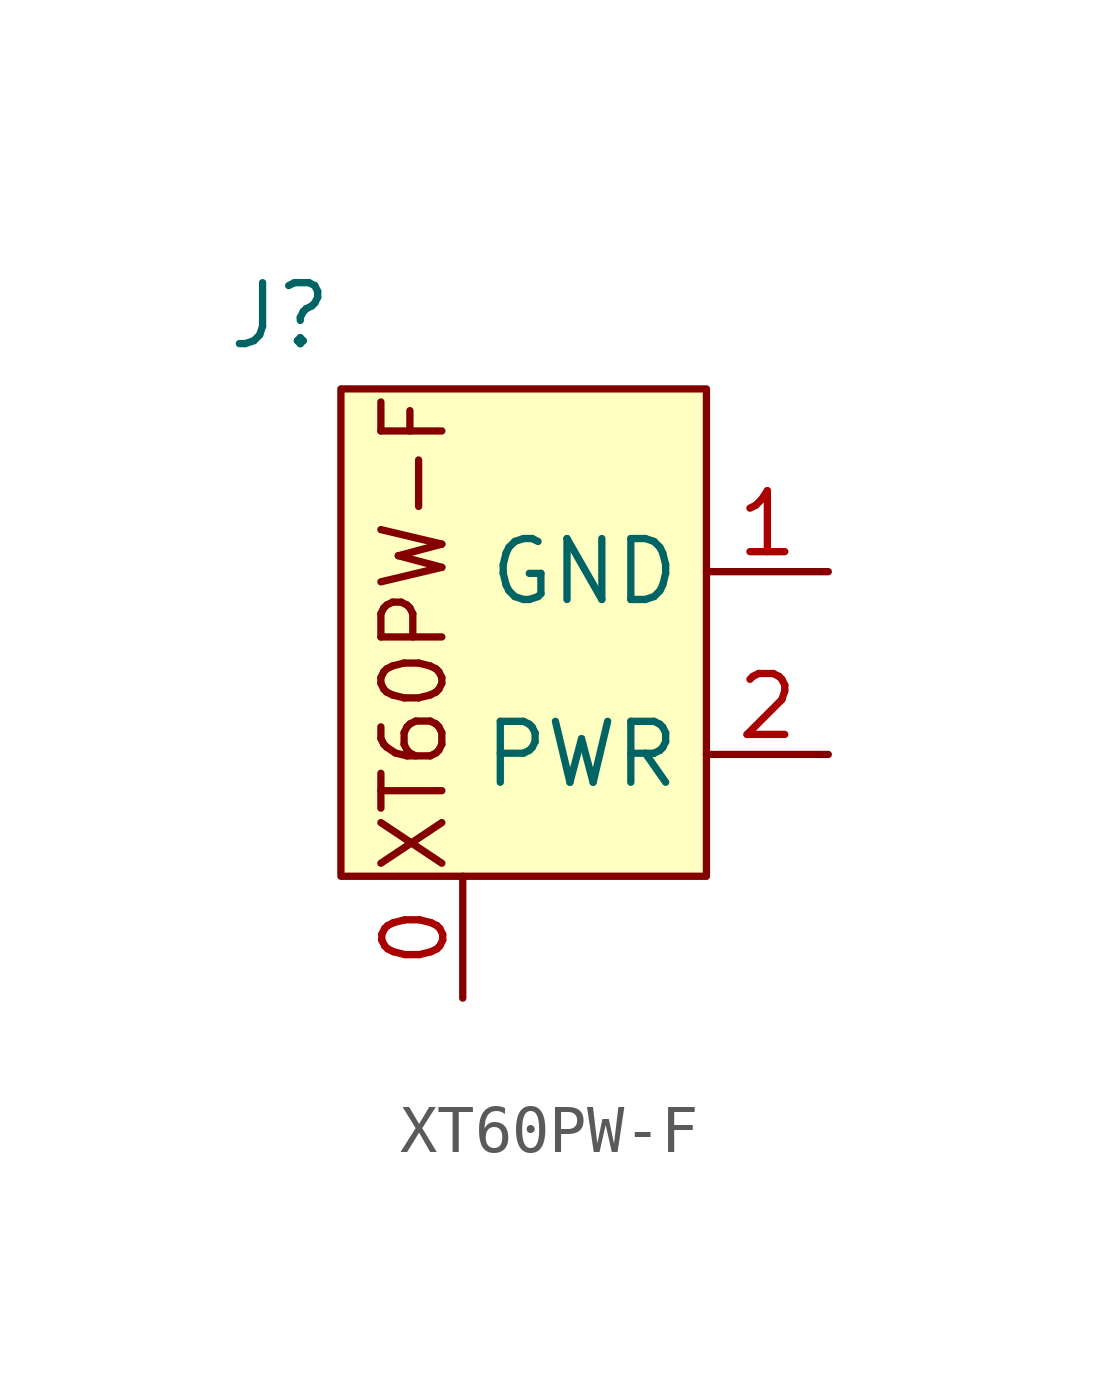
<source format=kicad_sym>
(kicad_symbol_lib
  (version 20231120)
  (generator "kicad_symbol_editor")
  (generator_version "8.0")
  (symbol "XT60PW-F"
    (property "Reference" "J"
      (at -2.54 5.334 0)
      (effects (font (size 1.27 1.27))))
    (property "Value" ""
      (at 0 0 0)
      (effects (font (size 1.27 1.27))))
    (symbol "XT60PW-F_0_1"
      (rectangle (start -1.27 3.81) (end 6.35 -6.35) (stroke (width 0) (type default)) (fill (type background))))
    (symbol "XT60PW-F_1_1"
      (text "XT60PW-F" (at 0.254 -1.27 900) (effects (font (size 1.27 1.27))))
      (pin input line (at 1.27 -8.89 90) (length 2.54) (name "" (effects (font (size 1.27 1.27)))) (number "0" (effects (font (size 1.27 1.27)))))
      (pin input line (at 8.89 0 180) (length 2.54) (name "GND" (effects (font (size 1.27 1.27)))) (number "1" (effects (font (size 1.27 1.27)))))
      (pin input line (at 8.89 -3.81 180) (length 2.54) (name "PWR" (effects (font (size 1.27 1.27)))) (number "2" (effects (font (size 1.27 1.27))))))))
</source>
